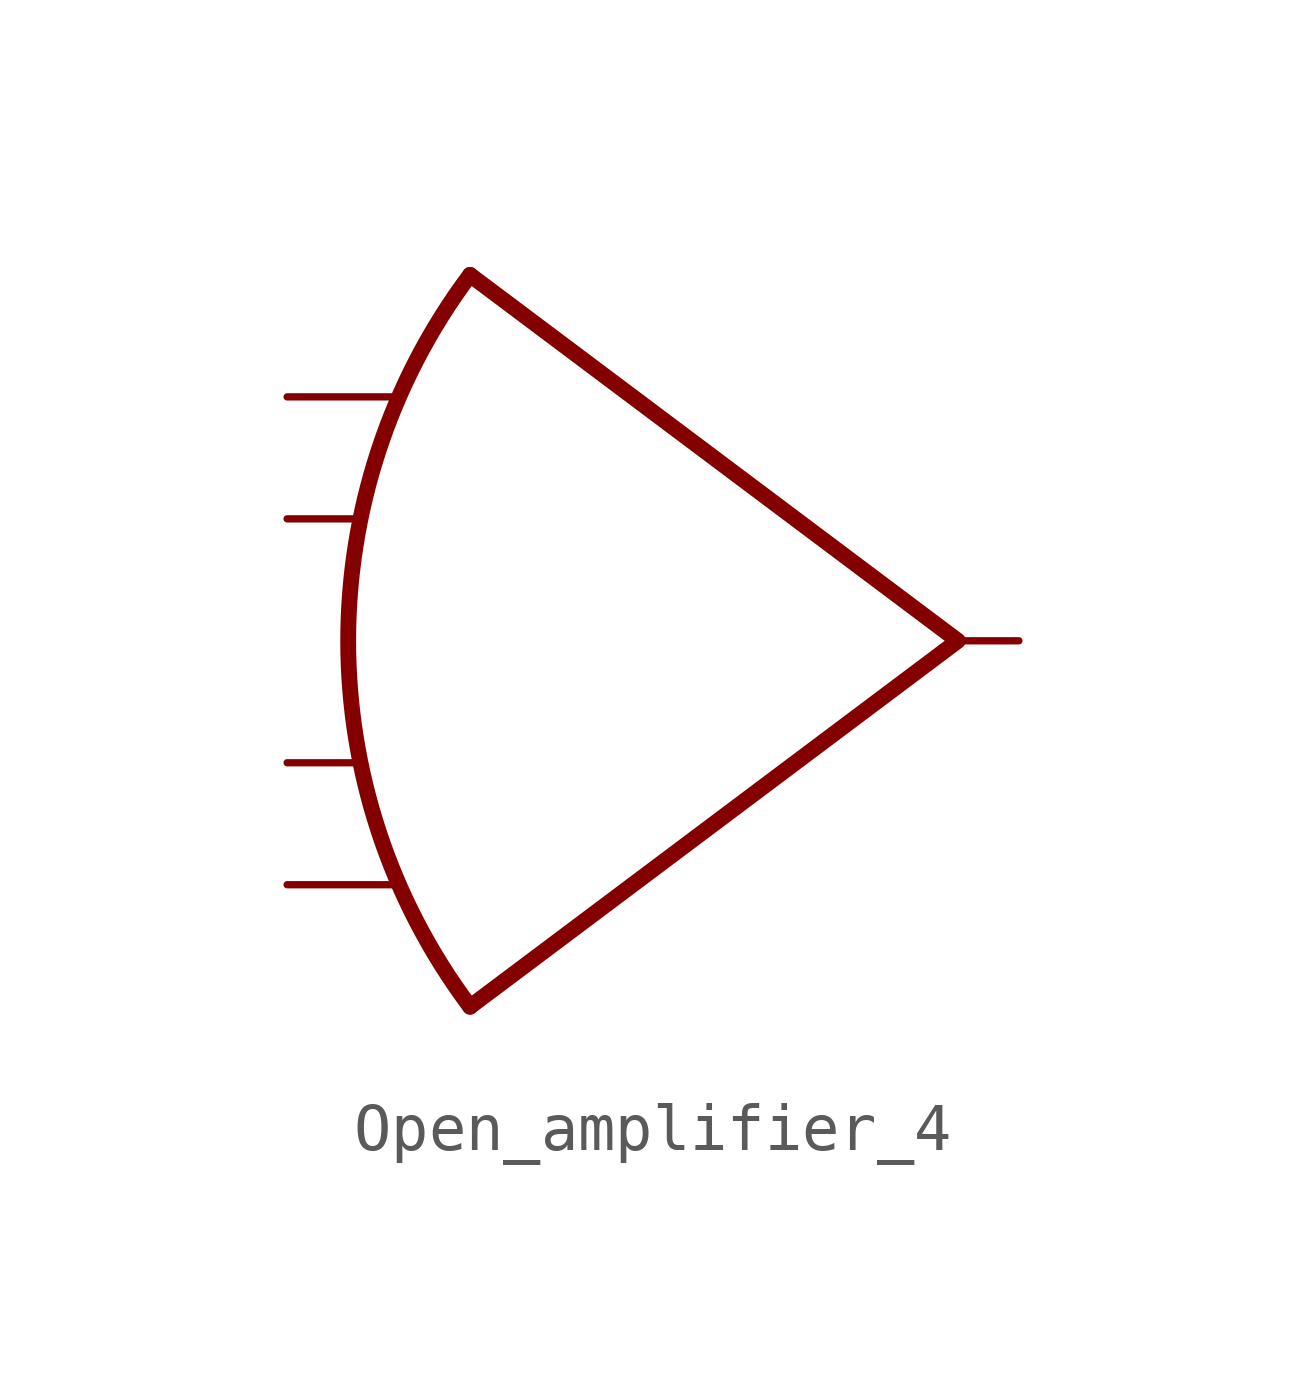
<source format=kicad_sym>
(kicad_symbol_lib
  (version 20211014)
  (generator kicad_symbol_editor)
  (symbol "Open_amplifier_4"
    (property "Reference" "U"
      (at 6.35 10.16 0)
      (effects (font (size 1.27 1.27)) hide))
    (symbol "Open_amplifier_4_0_1"
      (arc (start -5.08 7.62) (mid -7.6182 0) (end -5.08 -7.62) (stroke (width 0.33) (type default) (color 0 0 0 0)) (fill (type none)))
      (polyline (pts (xy -5.08 7.62) (xy 5.08 0) (xy -5.08 -7.62)) (stroke (width 0.33) (type default) (color 0 0 0 0)) (fill (type none))))
    (symbol "Open_amplifier_4_1_1"
      (pin input line (at -8.89 -5.08 0) (length 2.3) (name "" (effects (font (size 1.27 1.27)))) (number "" (effects (font (size 1.27 1.27)))))
      (pin input line (at -8.89 -2.54 0) (length 1.4) (name "" (effects (font (size 1.27 1.27)))) (number "" (effects (font (size 1.27 1.27)))))
      (pin input line (at -8.89 2.54 0) (length 1.4) (name "" (effects (font (size 1.27 1.27)))) (number "" (effects (font (size 1.27 1.27)))))
      (pin input line (at -8.89 5.08 0) (length 2.3) (name "" (effects (font (size 1.27 1.27)))) (number "" (effects (font (size 1.27 1.27)))))
      (pin output line (at 6.35 0 180) (length 1.27) (name "" (effects (font (size 1.27 1.27)))) (number "" (effects (font (size 1.27 1.27))))))))
</source>
